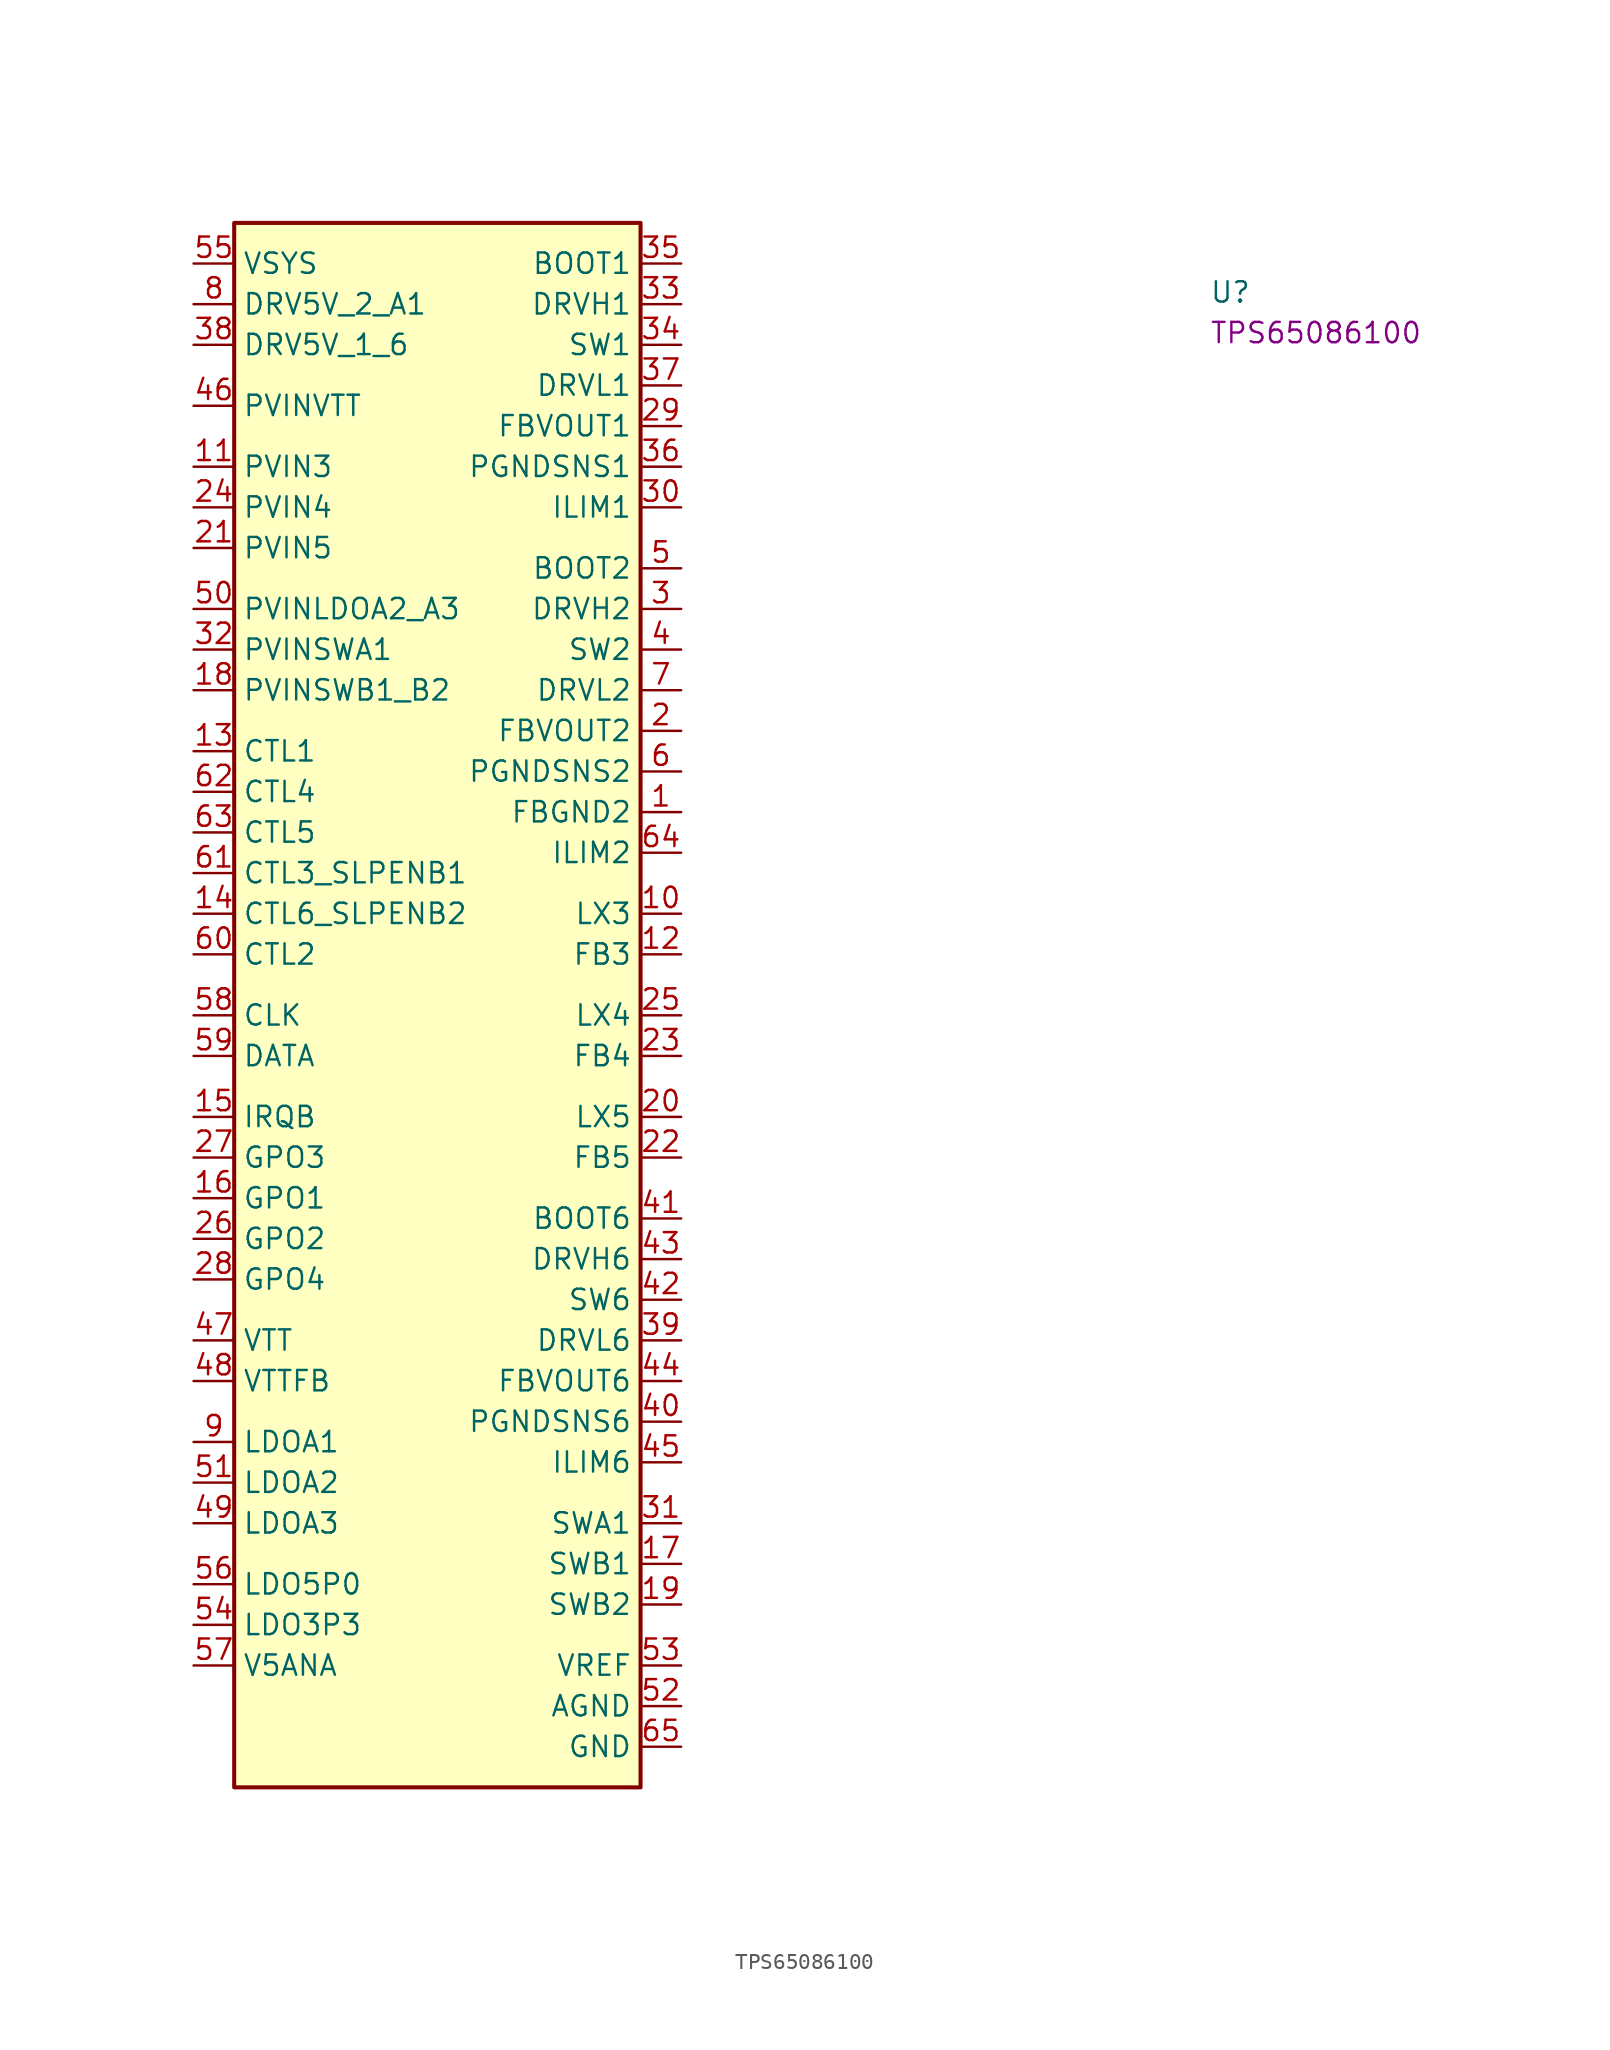
<source format=kicad_sym>
(kicad_symbol_lib
  (version 20220914)
  (generator kicad_symbol_editor)
  (symbol "TPS65086100"
    (property "Reference" "U"
      (at 63.5 -2.54 0)
      (effects (font (size 1.27 1.27) (thickness 0.15)) (justify left bottom)))
    (property "MPN" "TPS65086100"
      (at 63.5 -5.08 0)
      (effects (font (size 1.27 1.27) (thickness 0.15)) (justify left bottom)))
    (symbol "TPS65086100_1_1"
      (rectangle (start 2.54 2.54) (end 27.94 -95.25) (stroke (width 0.254) (type default)) (fill (type background)))
      (pin power_in line (at 30.48 -34.29 180) (length 2.54) (name "FBGND2" (effects (font (size 1.27 1.27)))) (number "1" (effects (font (size 1.27 1.27)))))
      (pin power_out line (at 30.48 -40.64 180) (length 2.54) (name "LX3" (effects (font (size 1.27 1.27)))) (number "10" (effects (font (size 1.27 1.27)))))
      (pin power_in line (at 0 -12.7 0) (length 2.54) (name "PVIN3" (effects (font (size 1.27 1.27)))) (number "11" (effects (font (size 1.27 1.27)))))
      (pin input line (at 30.48 -43.18 180) (length 2.54) (name "FB3" (effects (font (size 1.27 1.27)))) (number "12" (effects (font (size 1.27 1.27)))))
      (pin input line (at 0 -30.48 0) (length 2.54) (name "CTL1" (effects (font (size 1.27 1.27)))) (number "13" (effects (font (size 1.27 1.27)))))
      (pin input line (at 0 -40.64 0) (length 2.54) (name "CTL6_SLPENB2" (effects (font (size 1.27 1.27)))) (number "14" (effects (font (size 1.27 1.27)))))
      (pin output line (at 0 -53.34 0) (length 2.54) (name "IRQB" (effects (font (size 1.27 1.27)))) (number "15" (effects (font (size 1.27 1.27)))))
      (pin output line (at 0 -58.42 0) (length 2.54) (name "GPO1" (effects (font (size 1.27 1.27)))) (number "16" (effects (font (size 1.27 1.27)))))
      (pin power_out line (at 30.48 -81.28 180) (length 2.54) (name "SWB1" (effects (font (size 1.27 1.27)))) (number "17" (effects (font (size 1.27 1.27)))))
      (pin power_in line (at 0 -26.67 0) (length 2.54) (name "PVINSWB1_B2" (effects (font (size 1.27 1.27)))) (number "18" (effects (font (size 1.27 1.27)))))
      (pin power_out line (at 30.48 -83.82 180) (length 2.54) (name "SWB2" (effects (font (size 1.27 1.27)))) (number "19" (effects (font (size 1.27 1.27)))))
      (pin input line (at 30.48 -29.21 180) (length 2.54) (name "FBVOUT2" (effects (font (size 1.27 1.27)))) (number "2" (effects (font (size 1.27 1.27)))))
      (pin power_out line (at 30.48 -53.34 180) (length 2.54) (name "LX5" (effects (font (size 1.27 1.27)))) (number "20" (effects (font (size 1.27 1.27)))))
      (pin power_in line (at 0 -17.78 0) (length 2.54) (name "PVIN5" (effects (font (size 1.27 1.27)))) (number "21" (effects (font (size 1.27 1.27)))))
      (pin input line (at 30.48 -55.88 180) (length 2.54) (name "FB5" (effects (font (size 1.27 1.27)))) (number "22" (effects (font (size 1.27 1.27)))))
      (pin input line (at 30.48 -49.53 180) (length 2.54) (name "FB4" (effects (font (size 1.27 1.27)))) (number "23" (effects (font (size 1.27 1.27)))))
      (pin power_in line (at 0 -15.24 0) (length 2.54) (name "PVIN4" (effects (font (size 1.27 1.27)))) (number "24" (effects (font (size 1.27 1.27)))))
      (pin power_out line (at 30.48 -46.99 180) (length 2.54) (name "LX4" (effects (font (size 1.27 1.27)))) (number "25" (effects (font (size 1.27 1.27)))))
      (pin output line (at 0 -60.96 0) (length 2.54) (name "GPO2" (effects (font (size 1.27 1.27)))) (number "26" (effects (font (size 1.27 1.27)))))
      (pin output line (at 0 -55.88 0) (length 2.54) (name "GPO3" (effects (font (size 1.27 1.27)))) (number "27" (effects (font (size 1.27 1.27)))))
      (pin output line (at 0 -63.5 0) (length 2.54) (name "GPO4" (effects (font (size 1.27 1.27)))) (number "28" (effects (font (size 1.27 1.27)))))
      (pin input line (at 30.48 -10.16 180) (length 2.54) (name "FBVOUT1" (effects (font (size 1.27 1.27)))) (number "29" (effects (font (size 1.27 1.27)))))
      (pin output line (at 30.48 -21.59 180) (length 2.54) (name "DRVH2" (effects (font (size 1.27 1.27)))) (number "3" (effects (font (size 1.27 1.27)))))
      (pin input line (at 30.48 -15.24 180) (length 2.54) (name "ILIM1" (effects (font (size 1.27 1.27)))) (number "30" (effects (font (size 1.27 1.27)))))
      (pin power_out line (at 30.48 -78.74 180) (length 2.54) (name "SWA1" (effects (font (size 1.27 1.27)))) (number "31" (effects (font (size 1.27 1.27)))))
      (pin power_in line (at 0 -24.13 0) (length 2.54) (name "PVINSWA1" (effects (font (size 1.27 1.27)))) (number "32" (effects (font (size 1.27 1.27)))))
      (pin output line (at 30.48 -2.54 180) (length 2.54) (name "DRVH1" (effects (font (size 1.27 1.27)))) (number "33" (effects (font (size 1.27 1.27)))))
      (pin input line (at 30.48 -5.08 180) (length 2.54) (name "SW1" (effects (font (size 1.27 1.27)))) (number "34" (effects (font (size 1.27 1.27)))))
      (pin input line (at 30.48 0 180) (length 2.54) (name "BOOT1" (effects (font (size 1.27 1.27)))) (number "35" (effects (font (size 1.27 1.27)))))
      (pin power_in line (at 30.48 -12.7 180) (length 2.54) (name "PGNDSNS1" (effects (font (size 1.27 1.27)))) (number "36" (effects (font (size 1.27 1.27)))))
      (pin output line (at 30.48 -7.62 180) (length 2.54) (name "DRVL1" (effects (font (size 1.27 1.27)))) (number "37" (effects (font (size 1.27 1.27)))))
      (pin power_in line (at 0 -5.08 0) (length 2.54) (name "DRV5V_1_6" (effects (font (size 1.27 1.27)))) (number "38" (effects (font (size 1.27 1.27)))))
      (pin output line (at 30.48 -67.31 180) (length 2.54) (name "DRVL6" (effects (font (size 1.27 1.27)))) (number "39" (effects (font (size 1.27 1.27)))))
      (pin input line (at 30.48 -24.13 180) (length 2.54) (name "SW2" (effects (font (size 1.27 1.27)))) (number "4" (effects (font (size 1.27 1.27)))))
      (pin power_in line (at 30.48 -72.39 180) (length 2.54) (name "PGNDSNS6" (effects (font (size 1.27 1.27)))) (number "40" (effects (font (size 1.27 1.27)))))
      (pin input line (at 30.48 -59.69 180) (length 2.54) (name "BOOT6" (effects (font (size 1.27 1.27)))) (number "41" (effects (font (size 1.27 1.27)))))
      (pin input line (at 30.48 -64.77 180) (length 2.54) (name "SW6" (effects (font (size 1.27 1.27)))) (number "42" (effects (font (size 1.27 1.27)))))
      (pin output line (at 30.48 -62.23 180) (length 2.54) (name "DRVH6" (effects (font (size 1.27 1.27)))) (number "43" (effects (font (size 1.27 1.27)))))
      (pin input line (at 30.48 -69.85 180) (length 2.54) (name "FBVOUT6" (effects (font (size 1.27 1.27)))) (number "44" (effects (font (size 1.27 1.27)))))
      (pin input line (at 30.48 -74.93 180) (length 2.54) (name "ILIM6" (effects (font (size 1.27 1.27)))) (number "45" (effects (font (size 1.27 1.27)))))
      (pin power_in line (at 0 -8.89 0) (length 2.54) (name "PVINVTT" (effects (font (size 1.27 1.27)))) (number "46" (effects (font (size 1.27 1.27)))))
      (pin power_out line (at 0 -67.31 0) (length 2.54) (name "VTT" (effects (font (size 1.27 1.27)))) (number "47" (effects (font (size 1.27 1.27)))))
      (pin input line (at 0 -69.85 0) (length 2.54) (name "VTTFB" (effects (font (size 1.27 1.27)))) (number "48" (effects (font (size 1.27 1.27)))))
      (pin power_out line (at 0 -78.74 0) (length 2.54) (name "LDOA3" (effects (font (size 1.27 1.27)))) (number "49" (effects (font (size 1.27 1.27)))))
      (pin input line (at 30.48 -19.05 180) (length 2.54) (name "BOOT2" (effects (font (size 1.27 1.27)))) (number "5" (effects (font (size 1.27 1.27)))))
      (pin power_in line (at 0 -21.59 0) (length 2.54) (name "PVINLDOA2_A3" (effects (font (size 1.27 1.27)))) (number "50" (effects (font (size 1.27 1.27)))))
      (pin power_out line (at 0 -76.2 0) (length 2.54) (name "LDOA2" (effects (font (size 1.27 1.27)))) (number "51" (effects (font (size 1.27 1.27)))))
      (pin power_in line (at 30.48 -90.17 180) (length 2.54) (name "AGND" (effects (font (size 1.27 1.27)))) (number "52" (effects (font (size 1.27 1.27)))))
      (pin output line (at 30.48 -87.63 180) (length 2.54) (name "VREF" (effects (font (size 1.27 1.27)))) (number "53" (effects (font (size 1.27 1.27)))))
      (pin output line (at 0 -85.09 0) (length 2.54) (name "LDO3P3" (effects (font (size 1.27 1.27)))) (number "54" (effects (font (size 1.27 1.27)))))
      (pin input line (at 0 0 0) (length 2.54) (name "VSYS" (effects (font (size 1.27 1.27)))) (number "55" (effects (font (size 1.27 1.27)))))
      (pin output line (at 0 -82.55 0) (length 2.54) (name "LDO5P0" (effects (font (size 1.27 1.27)))) (number "56" (effects (font (size 1.27 1.27)))))
      (pin input line (at 0 -87.63 0) (length 2.54) (name "V5ANA" (effects (font (size 1.27 1.27)))) (number "57" (effects (font (size 1.27 1.27)))))
      (pin input line (at 0 -46.99 0) (length 2.54) (name "CLK" (effects (font (size 1.27 1.27)))) (number "58" (effects (font (size 1.27 1.27)))))
      (pin bidirectional line (at 0 -49.53 0) (length 2.54) (name "DATA" (effects (font (size 1.27 1.27)))) (number "59" (effects (font (size 1.27 1.27)))))
      (pin power_in line (at 30.48 -31.75 180) (length 2.54) (name "PGNDSNS2" (effects (font (size 1.27 1.27)))) (number "6" (effects (font (size 1.27 1.27)))))
      (pin input line (at 0 -43.18 0) (length 2.54) (name "CTL2" (effects (font (size 1.27 1.27)))) (number "60" (effects (font (size 1.27 1.27)))))
      (pin input line (at 0 -38.1 0) (length 2.54) (name "CTL3_SLPENB1" (effects (font (size 1.27 1.27)))) (number "61" (effects (font (size 1.27 1.27)))))
      (pin input line (at 0 -33.02 0) (length 2.54) (name "CTL4" (effects (font (size 1.27 1.27)))) (number "62" (effects (font (size 1.27 1.27)))))
      (pin input line (at 0 -35.56 0) (length 2.54) (name "CTL5" (effects (font (size 1.27 1.27)))) (number "63" (effects (font (size 1.27 1.27)))))
      (pin input line (at 30.48 -36.83 180) (length 2.54) (name "ILIM2" (effects (font (size 1.27 1.27)))) (number "64" (effects (font (size 1.27 1.27)))))
      (pin power_in line (at 30.48 -92.71 180) (length 2.54) (name "GND" (effects (font (size 1.27 1.27)))) (number "65" (effects (font (size 1.27 1.27)))))
      (pin output line (at 30.48 -26.67 180) (length 2.54) (name "DRVL2" (effects (font (size 1.27 1.27)))) (number "7" (effects (font (size 1.27 1.27)))))
      (pin power_in line (at 0 -2.54 0) (length 2.54) (name "DRV5V_2_A1" (effects (font (size 1.27 1.27)))) (number "8" (effects (font (size 1.27 1.27)))))
      (pin power_out line (at 0 -73.66 0) (length 2.54) (name "LDOA1" (effects (font (size 1.27 1.27)))) (number "9" (effects (font (size 1.27 1.27))))))))
</source>
